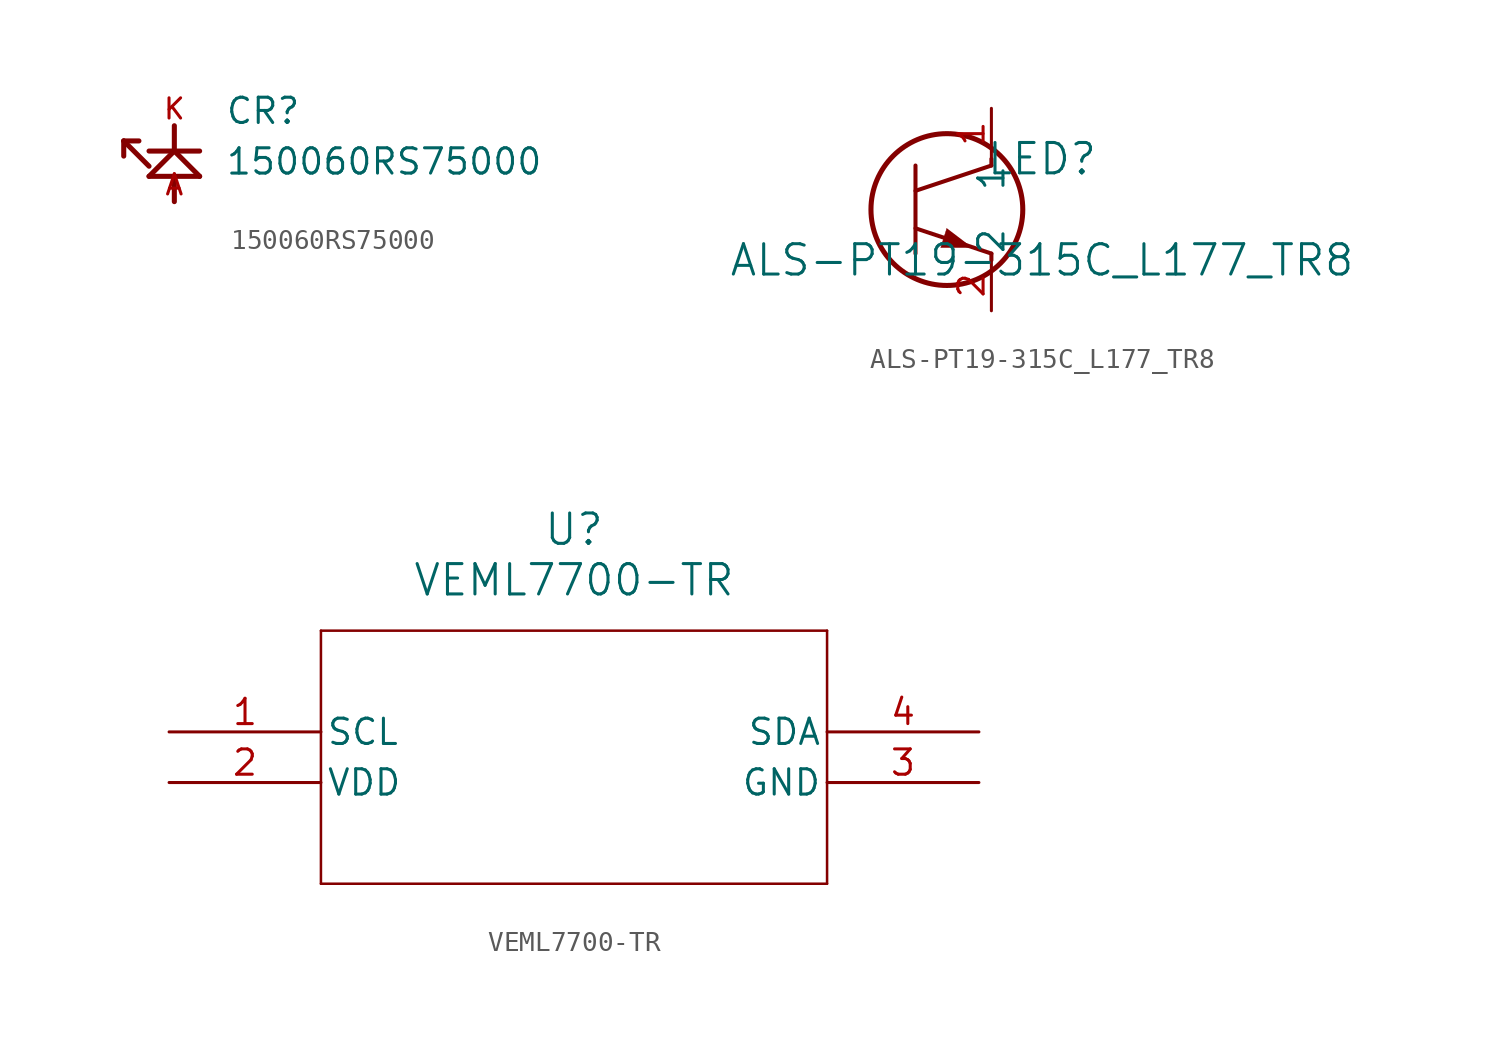
<source format=kicad_sym>
(kicad_symbol_lib
  (version 20211014)
  (generator kicad_symbol_editor)
  (symbol "150060RS75000"
    (pin_names
      (offset 1.016))
    (property "Reference" "CR"
      (at 2.54 2.54 0)
      (effects (font (size 1.27 1.27)) (justify left bottom)))
    (property "Value" "150060RS75000"
      (at 2.54 0 0)
      (effects (font (size 1.27 1.27)) (justify left bottom)))
    (symbol "150060RS75000_0_0"
      (polyline (pts (xy -2.54 1.778) (xy -2.54 1.016)) (stroke (width 0.254) (type default) (color 0 0 0 0)) (fill (type none)))
      (polyline (pts (xy -1.778 1.778) (xy -2.54 1.778)) (stroke (width 0.254) (type default) (color 0 0 0 0)) (fill (type none)))
      (polyline (pts (xy -1.27 0) (xy 0 0)) (stroke (width 0.254) (type default) (color 0 0 0 0)) (fill (type none)))
      (polyline (pts (xy -1.27 0.508) (xy -2.54 1.778)) (stroke (width 0.254) (type default) (color 0 0 0 0)) (fill (type none)))
      (polyline (pts (xy -1.27 1.27) (xy 0 1.27)) (stroke (width 0.254) (type default) (color 0 0 0 0)) (fill (type none)))
      (polyline (pts (xy 0 0) (xy 0 -1.27)) (stroke (width 0.254) (type default) (color 0 0 0 0)) (fill (type none)))
      (polyline (pts (xy 0 0) (xy 1.27 0)) (stroke (width 0.254) (type default) (color 0 0 0 0)) (fill (type none)))
      (polyline (pts (xy 0 1.27) (xy -1.27 0)) (stroke (width 0.254) (type default) (color 0 0 0 0)) (fill (type none)))
      (polyline (pts (xy 0 1.27) (xy 0 2.54)) (stroke (width 0.254) (type default) (color 0 0 0 0)) (fill (type none)))
      (polyline (pts (xy 0 1.27) (xy 1.27 1.27)) (stroke (width 0.254) (type default) (color 0 0 0 0)) (fill (type none)))
      (polyline (pts (xy 1.27 0) (xy 0 1.27)) (stroke (width 0.254) (type default) (color 0 0 0 0)) (fill (type none)))
      (pin bidirectional line (at 0 -1.27 0) (length 0) (name "~" (effects (font (size 1.016 1.016)))) (number "A" (effects (font (size 1.016 1.016)))))
      (pin bidirectional line (at 0 2.54 0) (length 0) (name "~" (effects (font (size 1.016 1.016)))) (number "K" (effects (font (size 1.016 1.016)))))))
  (symbol "ALS-PT19-315C_L177_TR8"
    (pin_names
      (offset 0.254))
    (property "Reference" "LED"
      (at 2.54 -2.54 0)
      (effects (font (size 1.524 1.524))))
    (property "Value" "ALS-PT19-315C_L177_TR8"
      (at 2.54 -7.62 0)
      (effects (font (size 1.524 1.524))))
    (property "ki_locked" ""
      (at 0 0 0)
      (effects (font (size 1.27 1.27))))
    (symbol "ALS-PT19-315C_L177_TR8_0_1"
      (circle (center -2.235 -5.08) (radius 3.81) (stroke (width 0.254) (type default) (color 0 0 0 0)) (fill (type none)))
      (polyline (pts (xy -3.81 -7.29) (xy -3.81 -2.87)) (stroke (width 0.203) (type default) (color 0 0 0 0)) (fill (type none)))
      (polyline (pts (xy -3.81 -6.02) (xy 0 -7.29)) (stroke (width 0.203) (type default) (color 0 0 0 0)) (fill (type none)))
      (polyline (pts (xy -3.81 -4.14) (xy 0 -2.87)) (stroke (width 0.203) (type default) (color 0 0 0 0)) (fill (type none)))
      (polyline (pts (xy 0 -7.62) (xy 0 -7.29)) (stroke (width 0.203) (type default) (color 0 0 0 0)) (fill (type none)))
      (polyline (pts (xy 0 -2.87) (xy 0 -2.54)) (stroke (width 0.203) (type default) (color 0 0 0 0)) (fill (type none)))
      (polyline (pts (xy -2.235 -6.02) (xy -2.54 -6.985) (xy -0.965 -6.985)) (stroke (width 0.025) (type default) (color 0 0 0 0)) (fill (type outline)))
      (pin unspecified line (at 0 0 270) (length 2.54) (name "1" (effects (font (size 1.27 1.27)))) (number "1" (effects (font (size 1.27 1.27)))))
      (pin unspecified line (at 0 -10.16 90) (length 2.54) (name "2" (effects (font (size 1.27 1.27)))) (number "2" (effects (font (size 1.27 1.27)))))))
  (symbol "VEML7700-TR"
    (pin_names
      (offset 0.254))
    (property "Reference" "U"
      (at 20.32 10.16 0)
      (effects (font (size 1.524 1.524))))
    (property "Value" "VEML7700-TR"
      (at 20.32 7.62 0)
      (effects (font (size 1.524 1.524))))
    (property "ki_locked" ""
      (at 0 0 0)
      (effects (font (size 1.27 1.27))))
    (symbol "VEML7700-TR_0_1"
      (polyline (pts (xy 7.62 -7.62) (xy 33.02 -7.62)) (stroke (width 0.127) (type default) (color 0 0 0 0)) (fill (type none)))
      (polyline (pts (xy 7.62 5.08) (xy 7.62 -7.62)) (stroke (width 0.127) (type default) (color 0 0 0 0)) (fill (type none)))
      (polyline (pts (xy 33.02 -7.62) (xy 33.02 5.08)) (stroke (width 0.127) (type default) (color 0 0 0 0)) (fill (type none)))
      (polyline (pts (xy 33.02 5.08) (xy 7.62 5.08)) (stroke (width 0.127) (type default) (color 0 0 0 0)) (fill (type none)))
      (pin unspecified line (at 0 0 0) (length 7.62) (name "SCL" (effects (font (size 1.27 1.27)))) (number "1" (effects (font (size 1.27 1.27)))))
      (pin power_in line (at 0 -2.54 0) (length 7.62) (name "VDD" (effects (font (size 1.27 1.27)))) (number "2" (effects (font (size 1.27 1.27)))))
      (pin power_out line (at 40.64 -2.54 180) (length 7.62) (name "GND" (effects (font (size 1.27 1.27)))) (number "3" (effects (font (size 1.27 1.27)))))
      (pin unspecified line (at 40.64 0 180) (length 7.62) (name "SDA" (effects (font (size 1.27 1.27)))) (number "4" (effects (font (size 1.27 1.27))))))))
</source>
